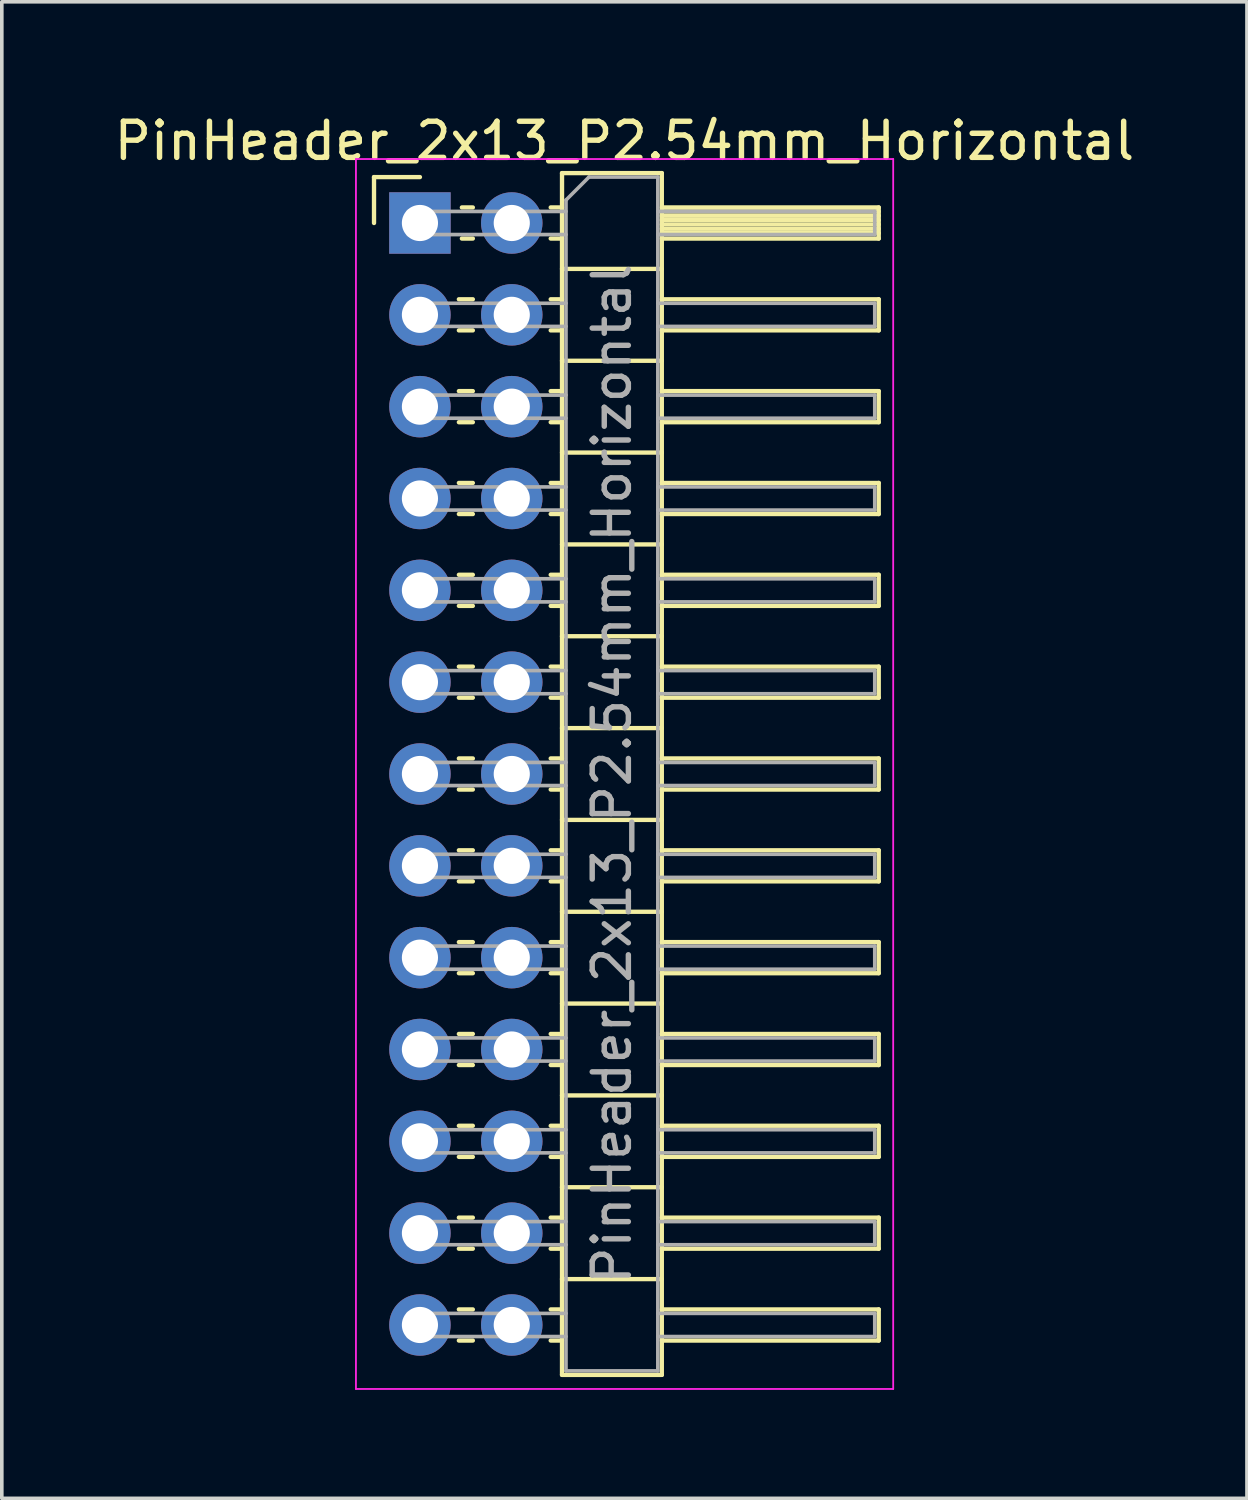
<source format=kicad_pcb>
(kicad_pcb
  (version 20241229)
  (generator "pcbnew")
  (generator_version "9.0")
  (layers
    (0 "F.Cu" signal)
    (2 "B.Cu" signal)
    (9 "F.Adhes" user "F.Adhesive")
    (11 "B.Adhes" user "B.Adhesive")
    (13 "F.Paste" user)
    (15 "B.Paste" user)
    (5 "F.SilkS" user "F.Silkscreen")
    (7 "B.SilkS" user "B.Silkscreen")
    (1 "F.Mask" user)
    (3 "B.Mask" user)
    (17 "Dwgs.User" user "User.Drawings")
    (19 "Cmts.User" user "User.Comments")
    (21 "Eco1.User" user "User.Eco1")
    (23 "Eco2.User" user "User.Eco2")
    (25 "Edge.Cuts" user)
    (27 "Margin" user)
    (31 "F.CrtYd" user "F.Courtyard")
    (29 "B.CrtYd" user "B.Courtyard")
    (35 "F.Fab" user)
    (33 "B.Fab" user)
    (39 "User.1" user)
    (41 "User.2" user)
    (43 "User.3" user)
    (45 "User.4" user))
  (footprint "PinHeader_2x13_P2.54mm_Horizontal"
    (layer "F.Cu")
    (at 8.565 3.118)
    (property "Reference" "PinHeader_2x13_P2.54mm_Horizontal" (at 5.655 -2.27 0) (layer "F.SilkS") (effects (font (size 1 1) (thickness 0.15))))
    (attr through_hole)
    (fp_line (start -1.27 -1.27) (end 0 -1.27) (stroke (width 0.12) (type solid)) (layer "F.SilkS"))
    (fp_line (start -1.27 0) (end -1.27 -1.27) (stroke (width 0.12) (type solid)) (layer "F.SilkS"))
    (fp_line (start 1.077 2.11) (end 1.463 2.11) (stroke (width 0.12) (type solid)) (layer "F.SilkS"))
    (fp_line (start 1.077 2.97) (end 1.463 2.97) (stroke (width 0.12) (type solid)) (layer "F.SilkS"))
    (fp_line (start 1.077 4.65) (end 1.463 4.65) (stroke (width 0.12) (type solid)) (layer "F.SilkS"))
    (fp_line (start 1.077 5.51) (end 1.463 5.51) (stroke (width 0.12) (type solid)) (layer "F.SilkS"))
    (fp_line (start 1.077 7.19) (end 1.463 7.19) (stroke (width 0.12) (type solid)) (layer "F.SilkS"))
    (fp_line (start 1.077 8.05) (end 1.463 8.05) (stroke (width 0.12) (type solid)) (layer "F.SilkS"))
    (fp_line (start 1.077 9.73) (end 1.463 9.73) (stroke (width 0.12) (type solid)) (layer "F.SilkS"))
    (fp_line (start 1.077 10.59) (end 1.463 10.59) (stroke (width 0.12) (type solid)) (layer "F.SilkS"))
    (fp_line (start 1.077 12.27) (end 1.463 12.27) (stroke (width 0.12) (type solid)) (layer "F.SilkS"))
    (fp_line (start 1.077 13.13) (end 1.463 13.13) (stroke (width 0.12) (type solid)) (layer "F.SilkS"))
    (fp_line (start 1.077 14.81) (end 1.463 14.81) (stroke (width 0.12) (type solid)) (layer "F.SilkS"))
    (fp_line (start 1.077 15.67) (end 1.463 15.67) (stroke (width 0.12) (type solid)) (layer "F.SilkS"))
    (fp_line (start 1.077 17.35) (end 1.463 17.35) (stroke (width 0.12) (type solid)) (layer "F.SilkS"))
    (fp_line (start 1.077 18.21) (end 1.463 18.21) (stroke (width 0.12) (type solid)) (layer "F.SilkS"))
    (fp_line (start 1.077 19.89) (end 1.463 19.89) (stroke (width 0.12) (type solid)) (layer "F.SilkS"))
    (fp_line (start 1.077 20.75) (end 1.463 20.75) (stroke (width 0.12) (type solid)) (layer "F.SilkS"))
    (fp_line (start 1.077 22.43) (end 1.463 22.43) (stroke (width 0.12) (type solid)) (layer "F.SilkS"))
    (fp_line (start 1.077 23.29) (end 1.463 23.29) (stroke (width 0.12) (type solid)) (layer "F.SilkS"))
    (fp_line (start 1.077 24.97) (end 1.463 24.97) (stroke (width 0.12) (type solid)) (layer "F.SilkS"))
    (fp_line (start 1.077 25.83) (end 1.463 25.83) (stroke (width 0.12) (type solid)) (layer "F.SilkS"))
    (fp_line (start 1.077 27.51) (end 1.463 27.51) (stroke (width 0.12) (type solid)) (layer "F.SilkS"))
    (fp_line (start 1.077 28.37) (end 1.463 28.37) (stroke (width 0.12) (type solid)) (layer "F.SilkS"))
    (fp_line (start 1.077 30.05) (end 1.463 30.05) (stroke (width 0.12) (type solid)) (layer "F.SilkS"))
    (fp_line (start 1.077 30.91) (end 1.463 30.91) (stroke (width 0.12) (type solid)) (layer "F.SilkS"))
    (fp_line (start 1.16 -0.43) (end 1.463 -0.43) (stroke (width 0.12) (type solid)) (layer "F.SilkS"))
    (fp_line (start 1.16 0.43) (end 1.463 0.43) (stroke (width 0.12) (type solid)) (layer "F.SilkS"))
    (fp_line (start 3.617 -0.43) (end 3.93 -0.43) (stroke (width 0.12) (type solid)) (layer "F.SilkS"))
    (fp_line (start 3.617 0.43) (end 3.93 0.43) (stroke (width 0.12) (type solid)) (layer "F.SilkS"))
    (fp_line (start 3.617 2.11) (end 3.93 2.11) (stroke (width 0.12) (type solid)) (layer "F.SilkS"))
    (fp_line (start 3.617 2.97) (end 3.93 2.97) (stroke (width 0.12) (type solid)) (layer "F.SilkS"))
    (fp_line (start 3.617 4.65) (end 3.93 4.65) (stroke (width 0.12) (type solid)) (layer "F.SilkS"))
    (fp_line (start 3.617 5.51) (end 3.93 5.51) (stroke (width 0.12) (type solid)) (layer "F.SilkS"))
    (fp_line (start 3.617 7.19) (end 3.93 7.19) (stroke (width 0.12) (type solid)) (layer "F.SilkS"))
    (fp_line (start 3.617 8.05) (end 3.93 8.05) (stroke (width 0.12) (type solid)) (layer "F.SilkS"))
    (fp_line (start 3.617 9.73) (end 3.93 9.73) (stroke (width 0.12) (type solid)) (layer "F.SilkS"))
    (fp_line (start 3.617 10.59) (end 3.93 10.59) (stroke (width 0.12) (type solid)) (layer "F.SilkS"))
    (fp_line (start 3.617 12.27) (end 3.93 12.27) (stroke (width 0.12) (type solid)) (layer "F.SilkS"))
    (fp_line (start 3.617 13.13) (end 3.93 13.13) (stroke (width 0.12) (type solid)) (layer "F.SilkS"))
    (fp_line (start 3.617 14.81) (end 3.93 14.81) (stroke (width 0.12) (type solid)) (layer "F.SilkS"))
    (fp_line (start 3.617 15.67) (end 3.93 15.67) (stroke (width 0.12) (type solid)) (layer "F.SilkS"))
    (fp_line (start 3.617 17.35) (end 3.93 17.35) (stroke (width 0.12) (type solid)) (layer "F.SilkS"))
    (fp_line (start 3.617 18.21) (end 3.93 18.21) (stroke (width 0.12) (type solid)) (layer "F.SilkS"))
    (fp_line (start 3.617 19.89) (end 3.93 19.89) (stroke (width 0.12) (type solid)) (layer "F.SilkS"))
    (fp_line (start 3.617 20.75) (end 3.93 20.75) (stroke (width 0.12) (type solid)) (layer "F.SilkS"))
    (fp_line (start 3.617 22.43) (end 3.93 22.43) (stroke (width 0.12) (type solid)) (layer "F.SilkS"))
    (fp_line (start 3.617 23.29) (end 3.93 23.29) (stroke (width 0.12) (type solid)) (layer "F.SilkS"))
    (fp_line (start 3.617 24.97) (end 3.93 24.97) (stroke (width 0.12) (type solid)) (layer "F.SilkS"))
    (fp_line (start 3.617 25.83) (end 3.93 25.83) (stroke (width 0.12) (type solid)) (layer "F.SilkS"))
    (fp_line (start 3.617 27.51) (end 3.93 27.51) (stroke (width 0.12) (type solid)) (layer "F.SilkS"))
    (fp_line (start 3.617 28.37) (end 3.93 28.37) (stroke (width 0.12) (type solid)) (layer "F.SilkS"))
    (fp_line (start 3.617 30.05) (end 3.93 30.05) (stroke (width 0.12) (type solid)) (layer "F.SilkS"))
    (fp_line (start 3.617 30.91) (end 3.93 30.91) (stroke (width 0.12) (type solid)) (layer "F.SilkS"))
    (fp_line (start 3.93 -1.38) (end 3.93 31.86) (stroke (width 0.12) (type solid)) (layer "F.SilkS"))
    (fp_line (start 3.93 1.27) (end 6.69 1.27) (stroke (width 0.12) (type solid)) (layer "F.SilkS"))
    (fp_line (start 3.93 3.81) (end 6.69 3.81) (stroke (width 0.12) (type solid)) (layer "F.SilkS"))
    (fp_line (start 3.93 6.35) (end 6.69 6.35) (stroke (width 0.12) (type solid)) (layer "F.SilkS"))
    (fp_line (start 3.93 8.89) (end 6.69 8.89) (stroke (width 0.12) (type solid)) (layer "F.SilkS"))
    (fp_line (start 3.93 11.43) (end 6.69 11.43) (stroke (width 0.12) (type solid)) (layer "F.SilkS"))
    (fp_line (start 3.93 13.97) (end 6.69 13.97) (stroke (width 0.12) (type solid)) (layer "F.SilkS"))
    (fp_line (start 3.93 16.51) (end 6.69 16.51) (stroke (width 0.12) (type solid)) (layer "F.SilkS"))
    (fp_line (start 3.93 19.05) (end 6.69 19.05) (stroke (width 0.12) (type solid)) (layer "F.SilkS"))
    (fp_line (start 3.93 21.59) (end 6.69 21.59) (stroke (width 0.12) (type solid)) (layer "F.SilkS"))
    (fp_line (start 3.93 24.13) (end 6.69 24.13) (stroke (width 0.12) (type solid)) (layer "F.SilkS"))
    (fp_line (start 3.93 26.67) (end 6.69 26.67) (stroke (width 0.12) (type solid)) (layer "F.SilkS"))
    (fp_line (start 3.93 29.21) (end 6.69 29.21) (stroke (width 0.12) (type solid)) (layer "F.SilkS"))
    (fp_line (start 3.93 31.86) (end 6.69 31.86) (stroke (width 0.12) (type solid)) (layer "F.SilkS"))
    (fp_line (start 6.69 -1.38) (end 3.93 -1.38) (stroke (width 0.12) (type solid)) (layer "F.SilkS"))
    (fp_line (start 6.69 -0.43) (end 12.69 -0.43) (stroke (width 0.12) (type solid)) (layer "F.SilkS"))
    (fp_line (start 6.69 -0.32) (end 12.69 -0.32) (stroke (width 0.12) (type solid)) (layer "F.SilkS"))
    (fp_line (start 6.69 -0.2) (end 12.69 -0.2) (stroke (width 0.12) (type solid)) (layer "F.SilkS"))
    (fp_line (start 6.69 -0.08) (end 12.69 -0.08) (stroke (width 0.12) (type solid)) (layer "F.SilkS"))
    (fp_line (start 6.69 0.04) (end 12.69 0.04) (stroke (width 0.12) (type solid)) (layer "F.SilkS"))
    (fp_line (start 6.69 0.16) (end 12.69 0.16) (stroke (width 0.12) (type solid)) (layer "F.SilkS"))
    (fp_line (start 6.69 0.28) (end 12.69 0.28) (stroke (width 0.12) (type solid)) (layer "F.SilkS"))
    (fp_line (start 6.69 2.11) (end 12.69 2.11) (stroke (width 0.12) (type solid)) (layer "F.SilkS"))
    (fp_line (start 6.69 4.65) (end 12.69 4.65) (stroke (width 0.12) (type solid)) (layer "F.SilkS"))
    (fp_line (start 6.69 7.19) (end 12.69 7.19) (stroke (width 0.12) (type solid)) (layer "F.SilkS"))
    (fp_line (start 6.69 9.73) (end 12.69 9.73) (stroke (width 0.12) (type solid)) (layer "F.SilkS"))
    (fp_line (start 6.69 12.27) (end 12.69 12.27) (stroke (width 0.12) (type solid)) (layer "F.SilkS"))
    (fp_line (start 6.69 14.81) (end 12.69 14.81) (stroke (width 0.12) (type solid)) (layer "F.SilkS"))
    (fp_line (start 6.69 17.35) (end 12.69 17.35) (stroke (width 0.12) (type solid)) (layer "F.SilkS"))
    (fp_line (start 6.69 19.89) (end 12.69 19.89) (stroke (width 0.12) (type solid)) (layer "F.SilkS"))
    (fp_line (start 6.69 22.43) (end 12.69 22.43) (stroke (width 0.12) (type solid)) (layer "F.SilkS"))
    (fp_line (start 6.69 24.97) (end 12.69 24.97) (stroke (width 0.12) (type solid)) (layer "F.SilkS"))
    (fp_line (start 6.69 27.51) (end 12.69 27.51) (stroke (width 0.12) (type solid)) (layer "F.SilkS"))
    (fp_line (start 6.69 30.05) (end 12.69 30.05) (stroke (width 0.12) (type solid)) (layer "F.SilkS"))
    (fp_line (start 6.69 31.86) (end 6.69 -1.38) (stroke (width 0.12) (type solid)) (layer "F.SilkS"))
    (fp_line (start 12.69 -0.43) (end 12.69 0.43) (stroke (width 0.12) (type solid)) (layer "F.SilkS"))
    (fp_line (start 12.69 0.43) (end 6.69 0.43) (stroke (width 0.12) (type solid)) (layer "F.SilkS"))
    (fp_line (start 12.69 2.11) (end 12.69 2.97) (stroke (width 0.12) (type solid)) (layer "F.SilkS"))
    (fp_line (start 12.69 2.97) (end 6.69 2.97) (stroke (width 0.12) (type solid)) (layer "F.SilkS"))
    (fp_line (start 12.69 4.65) (end 12.69 5.51) (stroke (width 0.12) (type solid)) (layer "F.SilkS"))
    (fp_line (start 12.69 5.51) (end 6.69 5.51) (stroke (width 0.12) (type solid)) (layer "F.SilkS"))
    (fp_line (start 12.69 7.19) (end 12.69 8.05) (stroke (width 0.12) (type solid)) (layer "F.SilkS"))
    (fp_line (start 12.69 8.05) (end 6.69 8.05) (stroke (width 0.12) (type solid)) (layer "F.SilkS"))
    (fp_line (start 12.69 9.73) (end 12.69 10.59) (stroke (width 0.12) (type solid)) (layer "F.SilkS"))
    (fp_line (start 12.69 10.59) (end 6.69 10.59) (stroke (width 0.12) (type solid)) (layer "F.SilkS"))
    (fp_line (start 12.69 12.27) (end 12.69 13.13) (stroke (width 0.12) (type solid)) (layer "F.SilkS"))
    (fp_line (start 12.69 13.13) (end 6.69 13.13) (stroke (width 0.12) (type solid)) (layer "F.SilkS"))
    (fp_line (start 12.69 14.81) (end 12.69 15.67) (stroke (width 0.12) (type solid)) (layer "F.SilkS"))
    (fp_line (start 12.69 15.67) (end 6.69 15.67) (stroke (width 0.12) (type solid)) (layer "F.SilkS"))
    (fp_line (start 12.69 17.35) (end 12.69 18.21) (stroke (width 0.12) (type solid)) (layer "F.SilkS"))
    (fp_line (start 12.69 18.21) (end 6.69 18.21) (stroke (width 0.12) (type solid)) (layer "F.SilkS"))
    (fp_line (start 12.69 19.89) (end 12.69 20.75) (stroke (width 0.12) (type solid)) (layer "F.SilkS"))
    (fp_line (start 12.69 20.75) (end 6.69 20.75) (stroke (width 0.12) (type solid)) (layer "F.SilkS"))
    (fp_line (start 12.69 22.43) (end 12.69 23.29) (stroke (width 0.12) (type solid)) (layer "F.SilkS"))
    (fp_line (start 12.69 23.29) (end 6.69 23.29) (stroke (width 0.12) (type solid)) (layer "F.SilkS"))
    (fp_line (start 12.69 24.97) (end 12.69 25.83) (stroke (width 0.12) (type solid)) (layer "F.SilkS"))
    (fp_line (start 12.69 25.83) (end 6.69 25.83) (stroke (width 0.12) (type solid)) (layer "F.SilkS"))
    (fp_line (start 12.69 27.51) (end 12.69 28.37) (stroke (width 0.12) (type solid)) (layer "F.SilkS"))
    (fp_line (start 12.69 28.37) (end 6.69 28.37) (stroke (width 0.12) (type solid)) (layer "F.SilkS"))
    (fp_line (start 12.69 30.05) (end 12.69 30.91) (stroke (width 0.12) (type solid)) (layer "F.SilkS"))
    (fp_line (start 12.69 30.91) (end 6.69 30.91) (stroke (width 0.12) (type solid)) (layer "F.SilkS"))
    (fp_line (start -1.77 -1.77) (end -1.77 32.25) (stroke (width 0.05) (type solid)) (layer "F.CrtYd"))
    (fp_line (start -1.77 32.25) (end 13.09 32.25) (stroke (width 0.05) (type solid)) (layer "F.CrtYd"))
    (fp_line (start 13.09 -1.77) (end -1.77 -1.77) (stroke (width 0.05) (type solid)) (layer "F.CrtYd"))
    (fp_line (start 13.09 32.25) (end 13.09 -1.77) (stroke (width 0.05) (type solid)) (layer "F.CrtYd"))
    (fp_line (start -0.32 -0.32) (end -0.32 0.32) (stroke (width 0.1) (type solid)) (layer "F.Fab"))
    (fp_line (start -0.32 -0.32) (end 4.04 -0.32) (stroke (width 0.1) (type solid)) (layer "F.Fab"))
    (fp_line (start -0.32 0.32) (end 4.04 0.32) (stroke (width 0.1) (type solid)) (layer "F.Fab"))
    (fp_line (start -0.32 2.22) (end -0.32 2.86) (stroke (width 0.1) (type solid)) (layer "F.Fab"))
    (fp_line (start -0.32 2.22) (end 4.04 2.22) (stroke (width 0.1) (type solid)) (layer "F.Fab"))
    (fp_line (start -0.32 2.86) (end 4.04 2.86) (stroke (width 0.1) (type solid)) (layer "F.Fab"))
    (fp_line (start -0.32 4.76) (end -0.32 5.4) (stroke (width 0.1) (type solid)) (layer "F.Fab"))
    (fp_line (start -0.32 4.76) (end 4.04 4.76) (stroke (width 0.1) (type solid)) (layer "F.Fab"))
    (fp_line (start -0.32 5.4) (end 4.04 5.4) (stroke (width 0.1) (type solid)) (layer "F.Fab"))
    (fp_line (start -0.32 7.3) (end -0.32 7.94) (stroke (width 0.1) (type solid)) (layer "F.Fab"))
    (fp_line (start -0.32 7.3) (end 4.04 7.3) (stroke (width 0.1) (type solid)) (layer "F.Fab"))
    (fp_line (start -0.32 7.94) (end 4.04 7.94) (stroke (width 0.1) (type solid)) (layer "F.Fab"))
    (fp_line (start -0.32 9.84) (end -0.32 10.48) (stroke (width 0.1) (type solid)) (layer "F.Fab"))
    (fp_line (start -0.32 9.84) (end 4.04 9.84) (stroke (width 0.1) (type solid)) (layer "F.Fab"))
    (fp_line (start -0.32 10.48) (end 4.04 10.48) (stroke (width 0.1) (type solid)) (layer "F.Fab"))
    (fp_line (start -0.32 12.38) (end -0.32 13.02) (stroke (width 0.1) (type solid)) (layer "F.Fab"))
    (fp_line (start -0.32 12.38) (end 4.04 12.38) (stroke (width 0.1) (type solid)) (layer "F.Fab"))
    (fp_line (start -0.32 13.02) (end 4.04 13.02) (stroke (width 0.1) (type solid)) (layer "F.Fab"))
    (fp_line (start -0.32 14.92) (end -0.32 15.56) (stroke (width 0.1) (type solid)) (layer "F.Fab"))
    (fp_line (start -0.32 14.92) (end 4.04 14.92) (stroke (width 0.1) (type solid)) (layer "F.Fab"))
    (fp_line (start -0.32 15.56) (end 4.04 15.56) (stroke (width 0.1) (type solid)) (layer "F.Fab"))
    (fp_line (start -0.32 17.46) (end -0.32 18.1) (stroke (width 0.1) (type solid)) (layer "F.Fab"))
    (fp_line (start -0.32 17.46) (end 4.04 17.46) (stroke (width 0.1) (type solid)) (layer "F.Fab"))
    (fp_line (start -0.32 18.1) (end 4.04 18.1) (stroke (width 0.1) (type solid)) (layer "F.Fab"))
    (fp_line (start -0.32 20) (end -0.32 20.64) (stroke (width 0.1) (type solid)) (layer "F.Fab"))
    (fp_line (start -0.32 20) (end 4.04 20) (stroke (width 0.1) (type solid)) (layer "F.Fab"))
    (fp_line (start -0.32 20.64) (end 4.04 20.64) (stroke (width 0.1) (type solid)) (layer "F.Fab"))
    (fp_line (start -0.32 22.54) (end -0.32 23.18) (stroke (width 0.1) (type solid)) (layer "F.Fab"))
    (fp_line (start -0.32 22.54) (end 4.04 22.54) (stroke (width 0.1) (type solid)) (layer "F.Fab"))
    (fp_line (start -0.32 23.18) (end 4.04 23.18) (stroke (width 0.1) (type solid)) (layer "F.Fab"))
    (fp_line (start -0.32 25.08) (end -0.32 25.72) (stroke (width 0.1) (type solid)) (layer "F.Fab"))
    (fp_line (start -0.32 25.08) (end 4.04 25.08) (stroke (width 0.1) (type solid)) (layer "F.Fab"))
    (fp_line (start -0.32 25.72) (end 4.04 25.72) (stroke (width 0.1) (type solid)) (layer "F.Fab"))
    (fp_line (start -0.32 27.62) (end -0.32 28.26) (stroke (width 0.1) (type solid)) (layer "F.Fab"))
    (fp_line (start -0.32 27.62) (end 4.04 27.62) (stroke (width 0.1) (type solid)) (layer "F.Fab"))
    (fp_line (start -0.32 28.26) (end 4.04 28.26) (stroke (width 0.1) (type solid)) (layer "F.Fab"))
    (fp_line (start -0.32 30.16) (end -0.32 30.8) (stroke (width 0.1) (type solid)) (layer "F.Fab"))
    (fp_line (start -0.32 30.16) (end 4.04 30.16) (stroke (width 0.1) (type solid)) (layer "F.Fab"))
    (fp_line (start -0.32 30.8) (end 4.04 30.8) (stroke (width 0.1) (type solid)) (layer "F.Fab"))
    (fp_line (start 4.04 -0.635) (end 4.675 -1.27) (stroke (width 0.1) (type solid)) (layer "F.Fab"))
    (fp_line (start 4.04 31.75) (end 4.04 -0.635) (stroke (width 0.1) (type solid)) (layer "F.Fab"))
    (fp_line (start 4.675 -1.27) (end 6.58 -1.27) (stroke (width 0.1) (type solid)) (layer "F.Fab"))
    (fp_line (start 6.58 -1.27) (end 6.58 31.75) (stroke (width 0.1) (type solid)) (layer "F.Fab"))
    (fp_line (start 6.58 -0.32) (end 12.58 -0.32) (stroke (width 0.1) (type solid)) (layer "F.Fab"))
    (fp_line (start 6.58 0.32) (end 12.58 0.32) (stroke (width 0.1) (type solid)) (layer "F.Fab"))
    (fp_line (start 6.58 2.22) (end 12.58 2.22) (stroke (width 0.1) (type solid)) (layer "F.Fab"))
    (fp_line (start 6.58 2.86) (end 12.58 2.86) (stroke (width 0.1) (type solid)) (layer "F.Fab"))
    (fp_line (start 6.58 4.76) (end 12.58 4.76) (stroke (width 0.1) (type solid)) (layer "F.Fab"))
    (fp_line (start 6.58 5.4) (end 12.58 5.4) (stroke (width 0.1) (type solid)) (layer "F.Fab"))
    (fp_line (start 6.58 7.3) (end 12.58 7.3) (stroke (width 0.1) (type solid)) (layer "F.Fab"))
    (fp_line (start 6.58 7.94) (end 12.58 7.94) (stroke (width 0.1) (type solid)) (layer "F.Fab"))
    (fp_line (start 6.58 9.84) (end 12.58 9.84) (stroke (width 0.1) (type solid)) (layer "F.Fab"))
    (fp_line (start 6.58 10.48) (end 12.58 10.48) (stroke (width 0.1) (type solid)) (layer "F.Fab"))
    (fp_line (start 6.58 12.38) (end 12.58 12.38) (stroke (width 0.1) (type solid)) (layer "F.Fab"))
    (fp_line (start 6.58 13.02) (end 12.58 13.02) (stroke (width 0.1) (type solid)) (layer "F.Fab"))
    (fp_line (start 6.58 14.92) (end 12.58 14.92) (stroke (width 0.1) (type solid)) (layer "F.Fab"))
    (fp_line (start 6.58 15.56) (end 12.58 15.56) (stroke (width 0.1) (type solid)) (layer "F.Fab"))
    (fp_line (start 6.58 17.46) (end 12.58 17.46) (stroke (width 0.1) (type solid)) (layer "F.Fab"))
    (fp_line (start 6.58 18.1) (end 12.58 18.1) (stroke (width 0.1) (type solid)) (layer "F.Fab"))
    (fp_line (start 6.58 20) (end 12.58 20) (stroke (width 0.1) (type solid)) (layer "F.Fab"))
    (fp_line (start 6.58 20.64) (end 12.58 20.64) (stroke (width 0.1) (type solid)) (layer "F.Fab"))
    (fp_line (start 6.58 22.54) (end 12.58 22.54) (stroke (width 0.1) (type solid)) (layer "F.Fab"))
    (fp_line (start 6.58 23.18) (end 12.58 23.18) (stroke (width 0.1) (type solid)) (layer "F.Fab"))
    (fp_line (start 6.58 25.08) (end 12.58 25.08) (stroke (width 0.1) (type solid)) (layer "F.Fab"))
    (fp_line (start 6.58 25.72) (end 12.58 25.72) (stroke (width 0.1) (type solid)) (layer "F.Fab"))
    (fp_line (start 6.58 27.62) (end 12.58 27.62) (stroke (width 0.1) (type solid)) (layer "F.Fab"))
    (fp_line (start 6.58 28.26) (end 12.58 28.26) (stroke (width 0.1) (type solid)) (layer "F.Fab"))
    (fp_line (start 6.58 30.16) (end 12.58 30.16) (stroke (width 0.1) (type solid)) (layer "F.Fab"))
    (fp_line (start 6.58 30.8) (end 12.58 30.8) (stroke (width 0.1) (type solid)) (layer "F.Fab"))
    (fp_line (start 6.58 31.75) (end 4.04 31.75) (stroke (width 0.1) (type solid)) (layer "F.Fab"))
    (fp_line (start 12.58 -0.32) (end 12.58 0.32) (stroke (width 0.1) (type solid)) (layer "F.Fab"))
    (fp_line (start 12.58 2.22) (end 12.58 2.86) (stroke (width 0.1) (type solid)) (layer "F.Fab"))
    (fp_line (start 12.58 4.76) (end 12.58 5.4) (stroke (width 0.1) (type solid)) (layer "F.Fab"))
    (fp_line (start 12.58 7.3) (end 12.58 7.94) (stroke (width 0.1) (type solid)) (layer "F.Fab"))
    (fp_line (start 12.58 9.84) (end 12.58 10.48) (stroke (width 0.1) (type solid)) (layer "F.Fab"))
    (fp_line (start 12.58 12.38) (end 12.58 13.02) (stroke (width 0.1) (type solid)) (layer "F.Fab"))
    (fp_line (start 12.58 14.92) (end 12.58 15.56) (stroke (width 0.1) (type solid)) (layer "F.Fab"))
    (fp_line (start 12.58 17.46) (end 12.58 18.1) (stroke (width 0.1) (type solid)) (layer "F.Fab"))
    (fp_line (start 12.58 20) (end 12.58 20.64) (stroke (width 0.1) (type solid)) (layer "F.Fab"))
    (fp_line (start 12.58 22.54) (end 12.58 23.18) (stroke (width 0.1) (type solid)) (layer "F.Fab"))
    (fp_line (start 12.58 25.08) (end 12.58 25.72) (stroke (width 0.1) (type solid)) (layer "F.Fab"))
    (fp_line (start 12.58 27.62) (end 12.58 28.26) (stroke (width 0.1) (type solid)) (layer "F.Fab"))
    (fp_line (start 12.58 30.16) (end 12.58 30.8) (stroke (width 0.1) (type solid)) (layer "F.Fab"))
    (fp_text user "${REFERENCE}" (at 5.31 15.24 90) (layer "F.Fab") (effects (font (size 1 1) (thickness 0.15))))
    (pad "1" thru_hole rect (at 0 0) (size 1.7 1.7) (drill 1) (layers "*.Cu" "*.Mask"))
    (pad "2" thru_hole circle (at 2.54 0) (size 1.7 1.7) (drill 1) (layers "*.Cu" "*.Mask"))
    (pad "3" thru_hole circle (at 0 2.54) (size 1.7 1.7) (drill 1) (layers "*.Cu" "*.Mask"))
    (pad "4" thru_hole circle (at 2.54 2.54) (size 1.7 1.7) (drill 1) (layers "*.Cu" "*.Mask"))
    (pad "5" thru_hole circle (at 0 5.08) (size 1.7 1.7) (drill 1) (layers "*.Cu" "*.Mask"))
    (pad "6" thru_hole circle (at 2.54 5.08) (size 1.7 1.7) (drill 1) (layers "*.Cu" "*.Mask"))
    (pad "7" thru_hole circle (at 0 7.62) (size 1.7 1.7) (drill 1) (layers "*.Cu" "*.Mask"))
    (pad "8" thru_hole circle (at 2.54 7.62) (size 1.7 1.7) (drill 1) (layers "*.Cu" "*.Mask"))
    (pad "9" thru_hole circle (at 0 10.16) (size 1.7 1.7) (drill 1) (layers "*.Cu" "*.Mask"))
    (pad "10" thru_hole circle (at 2.54 10.16) (size 1.7 1.7) (drill 1) (layers "*.Cu" "*.Mask"))
    (pad "11" thru_hole circle (at 0 12.7) (size 1.7 1.7) (drill 1) (layers "*.Cu" "*.Mask"))
    (pad "12" thru_hole circle (at 2.54 12.7) (size 1.7 1.7) (drill 1) (layers "*.Cu" "*.Mask"))
    (pad "13" thru_hole circle (at 0 15.24) (size 1.7 1.7) (drill 1) (layers "*.Cu" "*.Mask"))
    (pad "14" thru_hole circle (at 2.54 15.24) (size 1.7 1.7) (drill 1) (layers "*.Cu" "*.Mask"))
    (pad "15" thru_hole circle (at 0 17.78) (size 1.7 1.7) (drill 1) (layers "*.Cu" "*.Mask"))
    (pad "16" thru_hole circle (at 2.54 17.78) (size 1.7 1.7) (drill 1) (layers "*.Cu" "*.Mask"))
    (pad "17" thru_hole circle (at 0 20.32) (size 1.7 1.7) (drill 1) (layers "*.Cu" "*.Mask"))
    (pad "18" thru_hole circle (at 2.54 20.32) (size 1.7 1.7) (drill 1) (layers "*.Cu" "*.Mask"))
    (pad "19" thru_hole circle (at 0 22.86) (size 1.7 1.7) (drill 1) (layers "*.Cu" "*.Mask"))
    (pad "20" thru_hole circle (at 2.54 22.86) (size 1.7 1.7) (drill 1) (layers "*.Cu" "*.Mask"))
    (pad "21" thru_hole circle (at 0 25.4) (size 1.7 1.7) (drill 1) (layers "*.Cu" "*.Mask"))
    (pad "22" thru_hole circle (at 2.54 25.4) (size 1.7 1.7) (drill 1) (layers "*.Cu" "*.Mask"))
    (pad "23" thru_hole circle (at 0 27.94) (size 1.7 1.7) (drill 1) (layers "*.Cu" "*.Mask"))
    (pad "24" thru_hole circle (at 2.54 27.94) (size 1.7 1.7) (drill 1) (layers "*.Cu" "*.Mask"))
    (pad "25" thru_hole circle (at 0 30.48) (size 1.7 1.7) (drill 1) (layers "*.Cu" "*.Mask"))
    (pad "26" thru_hole circle (at 2.54 30.48) (size 1.7 1.7) (drill 1) (layers "*.Cu" "*.Mask")))
  (gr_rect
    (start -3 -3)
    (end 31.44 38.393)
    (stroke (width 0.1) (type default))
    (fill no)
    (layer "Edge.Cuts")))
</source>
